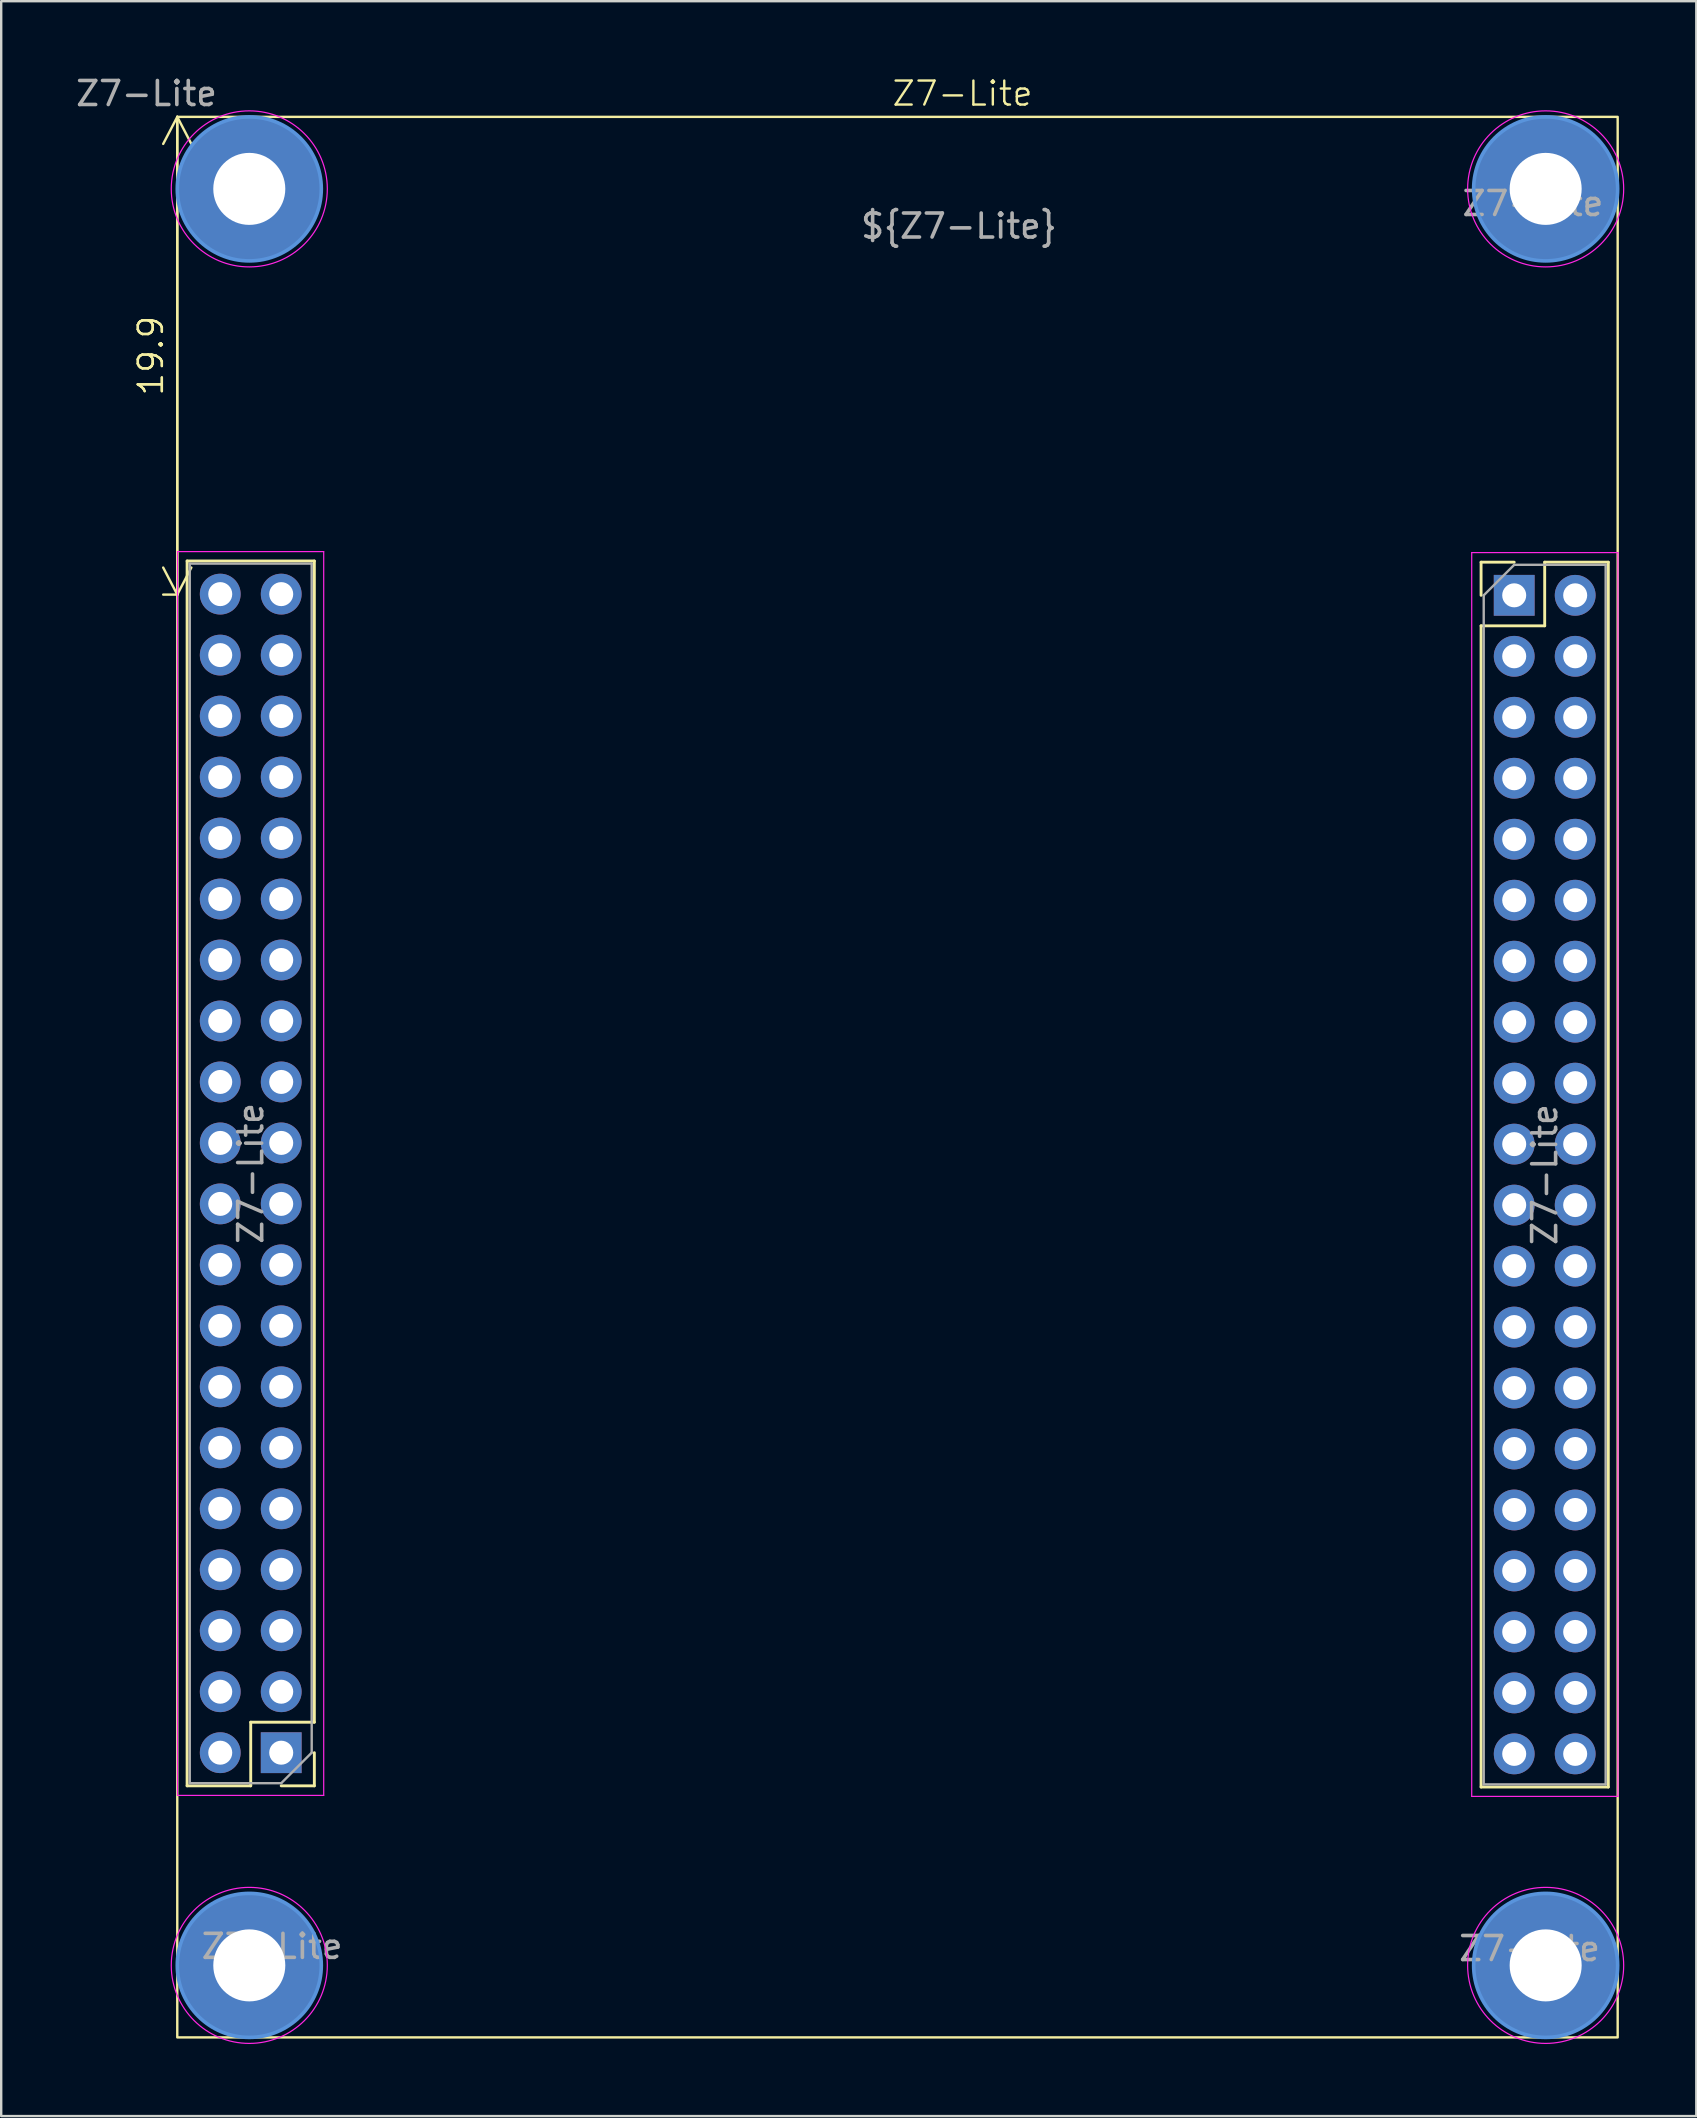
<source format=kicad_pcb>
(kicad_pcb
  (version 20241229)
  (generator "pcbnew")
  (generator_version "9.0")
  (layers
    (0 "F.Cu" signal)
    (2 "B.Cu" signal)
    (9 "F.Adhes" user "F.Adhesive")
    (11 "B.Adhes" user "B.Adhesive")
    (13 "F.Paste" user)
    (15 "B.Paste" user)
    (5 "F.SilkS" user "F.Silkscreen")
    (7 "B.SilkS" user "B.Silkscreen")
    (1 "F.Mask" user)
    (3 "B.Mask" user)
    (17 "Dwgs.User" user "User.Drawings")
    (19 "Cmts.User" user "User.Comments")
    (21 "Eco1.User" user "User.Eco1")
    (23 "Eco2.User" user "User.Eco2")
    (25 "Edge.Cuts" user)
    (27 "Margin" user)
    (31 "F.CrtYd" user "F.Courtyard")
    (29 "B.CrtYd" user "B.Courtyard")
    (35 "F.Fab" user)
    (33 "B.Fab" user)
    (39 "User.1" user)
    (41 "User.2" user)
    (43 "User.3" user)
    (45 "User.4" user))
  (footprint "Z7-Lite"
    (layer "F.Cu")
    (at 4.334 1.818)
    (property "Reference" "Z7-Lite" (at 32.71 -0.97 0) (unlocked yes) (layer "F.SilkS") (effects (font (size 1 1) (thickness 0.1))))
    (attr through_hole)
    (fp_line (start 0.41 69.52) (end 0.41 18.5) (stroke (width 0.12) (type solid)) (layer "F.SilkS"))
    (fp_line (start 3.06 66.87) (end 3.06 69.52) (stroke (width 0.12) (type solid)) (layer "F.SilkS"))
    (fp_line (start 3.06 69.52) (end 0.41 69.52) (stroke (width 0.12) (type solid)) (layer "F.SilkS"))
    (fp_line (start 5.71 18.5) (end 0.41 18.5) (stroke (width 0.12) (type solid)) (layer "F.SilkS"))
    (fp_line (start 5.71 66.87) (end 3.06 66.87) (stroke (width 0.12) (type solid)) (layer "F.SilkS"))
    (fp_line (start 5.71 66.87) (end 5.71 18.5) (stroke (width 0.12) (type solid)) (layer "F.SilkS"))
    (fp_line (start 5.71 68.14) (end 5.71 69.52) (stroke (width 0.12) (type solid)) (layer "F.SilkS"))
    (fp_line (start 5.71 69.52) (end 4.33 69.52) (stroke (width 0.12) (type solid)) (layer "F.SilkS"))
    (fp_line (start 54.31 18.55) (end 55.69 18.55) (stroke (width 0.12) (type solid)) (layer "F.SilkS"))
    (fp_line (start 54.31 19.93) (end 54.31 18.55) (stroke (width 0.12) (type solid)) (layer "F.SilkS"))
    (fp_line (start 54.31 21.2) (end 54.31 69.57) (stroke (width 0.12) (type solid)) (layer "F.SilkS"))
    (fp_line (start 54.31 21.2) (end 56.96 21.2) (stroke (width 0.12) (type solid)) (layer "F.SilkS"))
    (fp_line (start 54.31 69.57) (end 59.61 69.57) (stroke (width 0.12) (type solid)) (layer "F.SilkS"))
    (fp_line (start 56.96 18.55) (end 59.61 18.55) (stroke (width 0.12) (type solid)) (layer "F.SilkS"))
    (fp_line (start 56.96 21.2) (end 56.96 18.55) (stroke (width 0.12) (type solid)) (layer "F.SilkS"))
    (fp_line (start 59.61 18.55) (end 59.61 69.57) (stroke (width 0.12) (type solid)) (layer "F.SilkS"))
    (fp_rect (start 0 0) (end 60 80) (stroke (width 0.1) (type solid)) (fill no) (layer "F.SilkS"))
    (fp_circle (center 3 3) (end 6 3) (stroke (width 0.15) (type solid)) (fill no) (layer "Cmts.User"))
    (fp_circle (center 3 77) (end 6 77) (stroke (width 0.15) (type solid)) (fill no) (layer "Cmts.User"))
    (fp_circle (center 57 3) (end 60 3) (stroke (width 0.15) (type solid)) (fill no) (layer "Cmts.User"))
    (fp_circle (center 57 77) (end 60 77) (stroke (width 0.15) (type solid)) (fill no) (layer "Cmts.User"))
    (fp_line (start 0.01 18.11) (end 0.01 69.92) (stroke (width 0.05) (type solid)) (layer "F.CrtYd"))
    (fp_line (start 0.01 69.92) (end 6.1 69.92) (stroke (width 0.05) (type solid)) (layer "F.CrtYd"))
    (fp_line (start 6.1 18.11) (end 0.01 18.11) (stroke (width 0.05) (type solid)) (layer "F.CrtYd"))
    (fp_line (start 6.1 69.92) (end 6.1 18.11) (stroke (width 0.05) (type solid)) (layer "F.CrtYd"))
    (fp_line (start 53.92 18.15) (end 53.92 69.96) (stroke (width 0.05) (type solid)) (layer "F.CrtYd"))
    (fp_line (start 53.92 69.96) (end 60.01 69.96) (stroke (width 0.05) (type solid)) (layer "F.CrtYd"))
    (fp_line (start 60.01 18.15) (end 53.92 18.15) (stroke (width 0.05) (type solid)) (layer "F.CrtYd"))
    (fp_line (start 60.01 69.96) (end 60.01 18.15) (stroke (width 0.05) (type solid)) (layer "F.CrtYd"))
    (fp_circle (center 3 3) (end 6.25 3) (stroke (width 0.05) (type solid)) (fill no) (layer "F.CrtYd"))
    (fp_circle (center 3 77) (end 6.25 77) (stroke (width 0.05) (type solid)) (fill no) (layer "F.CrtYd"))
    (fp_circle (center 57 3) (end 60.25 3) (stroke (width 0.05) (type solid)) (fill no) (layer "F.CrtYd"))
    (fp_circle (center 57 77) (end 60.25 77) (stroke (width 0.05) (type solid)) (fill no) (layer "F.CrtYd"))
    (fp_line (start 0.52 18.61) (end 5.6 18.61) (stroke (width 0.1) (type solid)) (layer "F.Fab"))
    (fp_line (start 0.52 69.41) (end 0.52 18.61) (stroke (width 0.1) (type solid)) (layer "F.Fab"))
    (fp_line (start 4.33 69.41) (end 0.52 69.41) (stroke (width 0.1) (type solid)) (layer "F.Fab"))
    (fp_line (start 5.6 18.61) (end 5.6 68.14) (stroke (width 0.1) (type solid)) (layer "F.Fab"))
    (fp_line (start 5.6 68.14) (end 4.33 69.41) (stroke (width 0.1) (type solid)) (layer "F.Fab"))
    (fp_line (start 54.42 19.93) (end 55.69 18.66) (stroke (width 0.1) (type solid)) (layer "F.Fab"))
    (fp_line (start 54.42 69.46) (end 54.42 19.93) (stroke (width 0.1) (type solid)) (layer "F.Fab"))
    (fp_line (start 55.69 18.66) (end 59.5 18.66) (stroke (width 0.1) (type solid)) (layer "F.Fab"))
    (fp_line (start 59.5 18.66) (end 59.5 69.46) (stroke (width 0.1) (type solid)) (layer "F.Fab"))
    (fp_line (start 59.5 69.46) (end 54.42 69.46) (stroke (width 0.1) (type solid)) (layer "F.Fab"))
    (fp_text user "${REFERENCE}" (at 56.33 76.3 0) (layer "F.Fab") (effects (font (size 1 1) (thickness 0.15))))
    (fp_text user "${Z7-Lite}" (at 32.56 4.55 0) (unlocked yes) (layer "F.Fab") (effects (font (size 1 1) (thickness 0.15))))
    (fp_text user "${REFERENCE}" (at 56.47 3.61 0) (layer "F.Fab") (effects (font (size 1 1) (thickness 0.15))))
    (fp_text user "${REFERENCE}" (at -1.28 -0.97 0) (layer "F.Fab") (effects (font (size 1 1) (thickness 0.15))))
    (fp_text user "${REFERENCE}" (at 3.95 76.21 0) (layer "F.Fab") (effects (font (size 1 1) (thickness 0.15))))
    (fp_text user "${REFERENCE}" (at 56.96 44.06 90) (layer "F.Fab") (effects (font (size 1 1) (thickness 0.15))))
    (fp_text user "${REFERENCE}" (at 3.06 44.01 270) (layer "F.Fab") (effects (font (size 1 1) (thickness 0.15))))
    (dimension (type orthogonal) (layer "F.SilkS") (pts (xy 4.334 1.818) (xy 4.844 21.718)) (height 0) (orientation 1) (format (prefix "") (suffix "") (units 3) (units_format 0) (precision 4) (suppress_zeroes yes)) (style (thickness 0.1) (arrow_length 1.27) (text_position_mode 0) (arrow_direction outward) (extension_height 0.586) (extension_offset 0.5) (keep_text_aligned yes)) (gr_text "19.9" (at 3.234 11.768 90) (layer "F.SilkS") (effects (font (size 1 1) (thickness 0.1)))))
    (pad "1" thru_hole circle (at 3 3) (size 3.4 3.4) (drill 3) (layers "*.Cu" "*.Mask"))
    (pad "1" connect circle (at 3 3) (size 6 6) (layers "F.Cu" "F.Mask"))
    (pad "1" connect circle (at 3 3) (size 6 6) (layers "B.Cu" "B.Mask"))
    (pad "1" thru_hole circle (at 3 77) (size 3.4 3.4) (drill 3) (layers "*.Cu" "*.Mask"))
    (pad "1" connect circle (at 3 77) (size 6 6) (layers "F.Cu" "F.Mask"))
    (pad "1" connect circle (at 3 77) (size 6 6) (layers "B.Cu" "B.Mask"))
    (pad "1" thru_hole rect (at 4.33 68.14 180) (size 1.7 1.7) (drill 1) (layers "*.Cu" "*.Mask"))
    (pad "1" thru_hole rect (at 55.69 19.93) (size 1.7 1.7) (drill 1) (layers "*.Cu" "*.Mask"))
    (pad "1" thru_hole circle (at 57 3) (size 3.4 3.4) (drill 3) (layers "*.Cu" "*.Mask"))
    (pad "1" connect circle (at 57 3) (size 6 6) (layers "F.Cu" "F.Mask"))
    (pad "1" connect circle (at 57 3) (size 6 6) (layers "B.Cu" "B.Mask"))
    (pad "1" thru_hole circle (at 57 77) (size 3.4 3.4) (drill 3) (layers "*.Cu" "*.Mask"))
    (pad "1" connect circle (at 57 77) (size 6 6) (layers "F.Cu" "F.Mask"))
    (pad "1" connect circle (at 57 77) (size 6 6) (layers "B.Cu" "B.Mask"))
    (pad "2" thru_hole circle (at 1.79 68.14 180) (size 1.7 1.7) (drill 1) (layers "*.Cu" "*.Mask"))
    (pad "2" thru_hole circle (at 58.23 19.93) (size 1.7 1.7) (drill 1) (layers "*.Cu" "*.Mask"))
    (pad "3" thru_hole circle (at 4.33 65.6 180) (size 1.7 1.7) (drill 1) (layers "*.Cu" "*.Mask"))
    (pad "3" thru_hole circle (at 55.69 22.47) (size 1.7 1.7) (drill 1) (layers "*.Cu" "*.Mask"))
    (pad "4" thru_hole circle (at 1.79 65.6 180) (size 1.7 1.7) (drill 1) (layers "*.Cu" "*.Mask"))
    (pad "4" thru_hole circle (at 58.23 22.47) (size 1.7 1.7) (drill 1) (layers "*.Cu" "*.Mask"))
    (pad "5" thru_hole circle (at 4.33 63.06 180) (size 1.7 1.7) (drill 1) (layers "*.Cu" "*.Mask"))
    (pad "5" thru_hole circle (at 55.69 25.01) (size 1.7 1.7) (drill 1) (layers "*.Cu" "*.Mask"))
    (pad "6" thru_hole circle (at 1.79 63.06 180) (size 1.7 1.7) (drill 1) (layers "*.Cu" "*.Mask"))
    (pad "6" thru_hole circle (at 58.23 25.01) (size 1.7 1.7) (drill 1) (layers "*.Cu" "*.Mask"))
    (pad "7" thru_hole circle (at 4.33 60.52 180) (size 1.7 1.7) (drill 1) (layers "*.Cu" "*.Mask"))
    (pad "7" thru_hole circle (at 55.69 27.55) (size 1.7 1.7) (drill 1) (layers "*.Cu" "*.Mask"))
    (pad "8" thru_hole circle (at 1.79 60.52 180) (size 1.7 1.7) (drill 1) (layers "*.Cu" "*.Mask"))
    (pad "8" thru_hole circle (at 58.23 27.55) (size 1.7 1.7) (drill 1) (layers "*.Cu" "*.Mask"))
    (pad "9" thru_hole circle (at 4.33 57.98 180) (size 1.7 1.7) (drill 1) (layers "*.Cu" "*.Mask"))
    (pad "9" thru_hole circle (at 55.69 30.09) (size 1.7 1.7) (drill 1) (layers "*.Cu" "*.Mask"))
    (pad "10" thru_hole circle (at 1.79 57.98 180) (size 1.7 1.7) (drill 1) (layers "*.Cu" "*.Mask"))
    (pad "10" thru_hole circle (at 58.23 30.09) (size 1.7 1.7) (drill 1) (layers "*.Cu" "*.Mask"))
    (pad "11" thru_hole circle (at 4.33 55.44 180) (size 1.7 1.7) (drill 1) (layers "*.Cu" "*.Mask"))
    (pad "11" thru_hole circle (at 55.69 32.63) (size 1.7 1.7) (drill 1) (layers "*.Cu" "*.Mask"))
    (pad "12" thru_hole circle (at 1.79 55.44 180) (size 1.7 1.7) (drill 1) (layers "*.Cu" "*.Mask"))
    (pad "12" thru_hole circle (at 58.23 32.63) (size 1.7 1.7) (drill 1) (layers "*.Cu" "*.Mask"))
    (pad "13" thru_hole circle (at 4.33 52.9 180) (size 1.7 1.7) (drill 1) (layers "*.Cu" "*.Mask"))
    (pad "13" thru_hole circle (at 55.69 35.17) (size 1.7 1.7) (drill 1) (layers "*.Cu" "*.Mask"))
    (pad "14" thru_hole circle (at 1.79 52.9 180) (size 1.7 1.7) (drill 1) (layers "*.Cu" "*.Mask"))
    (pad "14" thru_hole circle (at 58.23 35.17) (size 1.7 1.7) (drill 1) (layers "*.Cu" "*.Mask"))
    (pad "15" thru_hole circle (at 4.33 50.36 180) (size 1.7 1.7) (drill 1) (layers "*.Cu" "*.Mask"))
    (pad "15" thru_hole circle (at 55.69 37.71) (size 1.7 1.7) (drill 1) (layers "*.Cu" "*.Mask"))
    (pad "16" thru_hole circle (at 1.79 50.36 180) (size 1.7 1.7) (drill 1) (layers "*.Cu" "*.Mask"))
    (pad "16" thru_hole circle (at 58.23 37.71) (size 1.7 1.7) (drill 1) (layers "*.Cu" "*.Mask"))
    (pad "17" thru_hole circle (at 4.33 47.82 180) (size 1.7 1.7) (drill 1) (layers "*.Cu" "*.Mask"))
    (pad "17" thru_hole circle (at 55.69 40.25) (size 1.7 1.7) (drill 1) (layers "*.Cu" "*.Mask"))
    (pad "18" thru_hole circle (at 1.79 47.82 180) (size 1.7 1.7) (drill 1) (layers "*.Cu" "*.Mask"))
    (pad "18" thru_hole circle (at 58.23 40.25) (size 1.7 1.7) (drill 1) (layers "*.Cu" "*.Mask"))
    (pad "19" thru_hole circle (at 4.33 45.28 180) (size 1.7 1.7) (drill 1) (layers "*.Cu" "*.Mask"))
    (pad "19" thru_hole circle (at 55.69 42.79) (size 1.7 1.7) (drill 1) (layers "*.Cu" "*.Mask"))
    (pad "20" thru_hole circle (at 1.79 45.28 180) (size 1.7 1.7) (drill 1) (layers "*.Cu" "*.Mask"))
    (pad "20" thru_hole circle (at 58.23 42.79) (size 1.7 1.7) (drill 1) (layers "*.Cu" "*.Mask"))
    (pad "21" thru_hole circle (at 4.33 42.74 180) (size 1.7 1.7) (drill 1) (layers "*.Cu" "*.Mask"))
    (pad "21" thru_hole circle (at 55.69 45.33) (size 1.7 1.7) (drill 1) (layers "*.Cu" "*.Mask"))
    (pad "22" thru_hole circle (at 1.79 42.74 180) (size 1.7 1.7) (drill 1) (layers "*.Cu" "*.Mask"))
    (pad "22" thru_hole circle (at 58.23 45.33) (size 1.7 1.7) (drill 1) (layers "*.Cu" "*.Mask"))
    (pad "23" thru_hole circle (at 4.33 40.2 180) (size 1.7 1.7) (drill 1) (layers "*.Cu" "*.Mask"))
    (pad "23" thru_hole circle (at 55.69 47.87) (size 1.7 1.7) (drill 1) (layers "*.Cu" "*.Mask"))
    (pad "24" thru_hole circle (at 1.79 40.2 180) (size 1.7 1.7) (drill 1) (layers "*.Cu" "*.Mask"))
    (pad "24" thru_hole circle (at 58.23 47.87) (size 1.7 1.7) (drill 1) (layers "*.Cu" "*.Mask"))
    (pad "25" thru_hole circle (at 4.33 37.66 180) (size 1.7 1.7) (drill 1) (layers "*.Cu" "*.Mask"))
    (pad "25" thru_hole circle (at 55.69 50.41) (size 1.7 1.7) (drill 1) (layers "*.Cu" "*.Mask"))
    (pad "26" thru_hole circle (at 1.79 37.66 180) (size 1.7 1.7) (drill 1) (layers "*.Cu" "*.Mask"))
    (pad "26" thru_hole circle (at 58.23 50.41) (size 1.7 1.7) (drill 1) (layers "*.Cu" "*.Mask"))
    (pad "27" thru_hole circle (at 4.33 35.12 180) (size 1.7 1.7) (drill 1) (layers "*.Cu" "*.Mask"))
    (pad "27" thru_hole circle (at 55.69 52.95) (size 1.7 1.7) (drill 1) (layers "*.Cu" "*.Mask"))
    (pad "28" thru_hole circle (at 1.79 35.12 180) (size 1.7 1.7) (drill 1) (layers "*.Cu" "*.Mask"))
    (pad "28" thru_hole circle (at 58.23 52.95) (size 1.7 1.7) (drill 1) (layers "*.Cu" "*.Mask"))
    (pad "29" thru_hole circle (at 4.33 32.58 180) (size 1.7 1.7) (drill 1) (layers "*.Cu" "*.Mask"))
    (pad "29" thru_hole circle (at 55.69 55.49) (size 1.7 1.7) (drill 1) (layers "*.Cu" "*.Mask"))
    (pad "30" thru_hole circle (at 1.79 32.58 180) (size 1.7 1.7) (drill 1) (layers "*.Cu" "*.Mask"))
    (pad "30" thru_hole circle (at 58.23 55.49) (size 1.7 1.7) (drill 1) (layers "*.Cu" "*.Mask"))
    (pad "31" thru_hole circle (at 4.33 30.04 180) (size 1.7 1.7) (drill 1) (layers "*.Cu" "*.Mask"))
    (pad "31" thru_hole circle (at 55.69 58.03) (size 1.7 1.7) (drill 1) (layers "*.Cu" "*.Mask"))
    (pad "32" thru_hole circle (at 1.79 30.04 180) (size 1.7 1.7) (drill 1) (layers "*.Cu" "*.Mask"))
    (pad "32" thru_hole circle (at 58.23 58.03) (size 1.7 1.7) (drill 1) (layers "*.Cu" "*.Mask"))
    (pad "33" thru_hole circle (at 4.33 27.5 180) (size 1.7 1.7) (drill 1) (layers "*.Cu" "*.Mask"))
    (pad "33" thru_hole circle (at 55.69 60.57) (size 1.7 1.7) (drill 1) (layers "*.Cu" "*.Mask"))
    (pad "34" thru_hole circle (at 1.79 27.5 180) (size 1.7 1.7) (drill 1) (layers "*.Cu" "*.Mask"))
    (pad "34" thru_hole circle (at 58.23 60.57) (size 1.7 1.7) (drill 1) (layers "*.Cu" "*.Mask"))
    (pad "35" thru_hole circle (at 4.33 24.96 180) (size 1.7 1.7) (drill 1) (layers "*.Cu" "*.Mask"))
    (pad "35" thru_hole circle (at 55.69 63.11) (size 1.7 1.7) (drill 1) (layers "*.Cu" "*.Mask"))
    (pad "36" thru_hole circle (at 1.79 24.96 180) (size 1.7 1.7) (drill 1) (layers "*.Cu" "*.Mask"))
    (pad "36" thru_hole circle (at 58.23 63.11) (size 1.7 1.7) (drill 1) (layers "*.Cu" "*.Mask"))
    (pad "37" thru_hole circle (at 4.33 22.42 180) (size 1.7 1.7) (drill 1) (layers "*.Cu" "*.Mask"))
    (pad "37" thru_hole circle (at 55.69 65.65) (size 1.7 1.7) (drill 1) (layers "*.Cu" "*.Mask"))
    (pad "38" thru_hole circle (at 1.79 22.42 180) (size 1.7 1.7) (drill 1) (layers "*.Cu" "*.Mask"))
    (pad "38" thru_hole circle (at 58.23 65.65) (size 1.7 1.7) (drill 1) (layers "*.Cu" "*.Mask"))
    (pad "39" thru_hole circle (at 4.33 19.88 180) (size 1.7 1.7) (drill 1) (layers "*.Cu" "*.Mask"))
    (pad "39" thru_hole circle (at 55.69 68.19) (size 1.7 1.7) (drill 1) (layers "*.Cu" "*.Mask"))
    (pad "40" thru_hole circle (at 1.79 19.88 180) (size 1.7 1.7) (drill 1) (layers "*.Cu" "*.Mask"))
    (pad "40" thru_hole circle (at 58.23 68.19) (size 1.7 1.7) (drill 1) (layers "*.Cu" "*.Mask")))
  (gr_rect
    (start -3 -3)
    (end 67.609 85.093)
    (stroke (width 0.1) (type default))
    (fill no)
    (layer "Edge.Cuts")))
</source>
